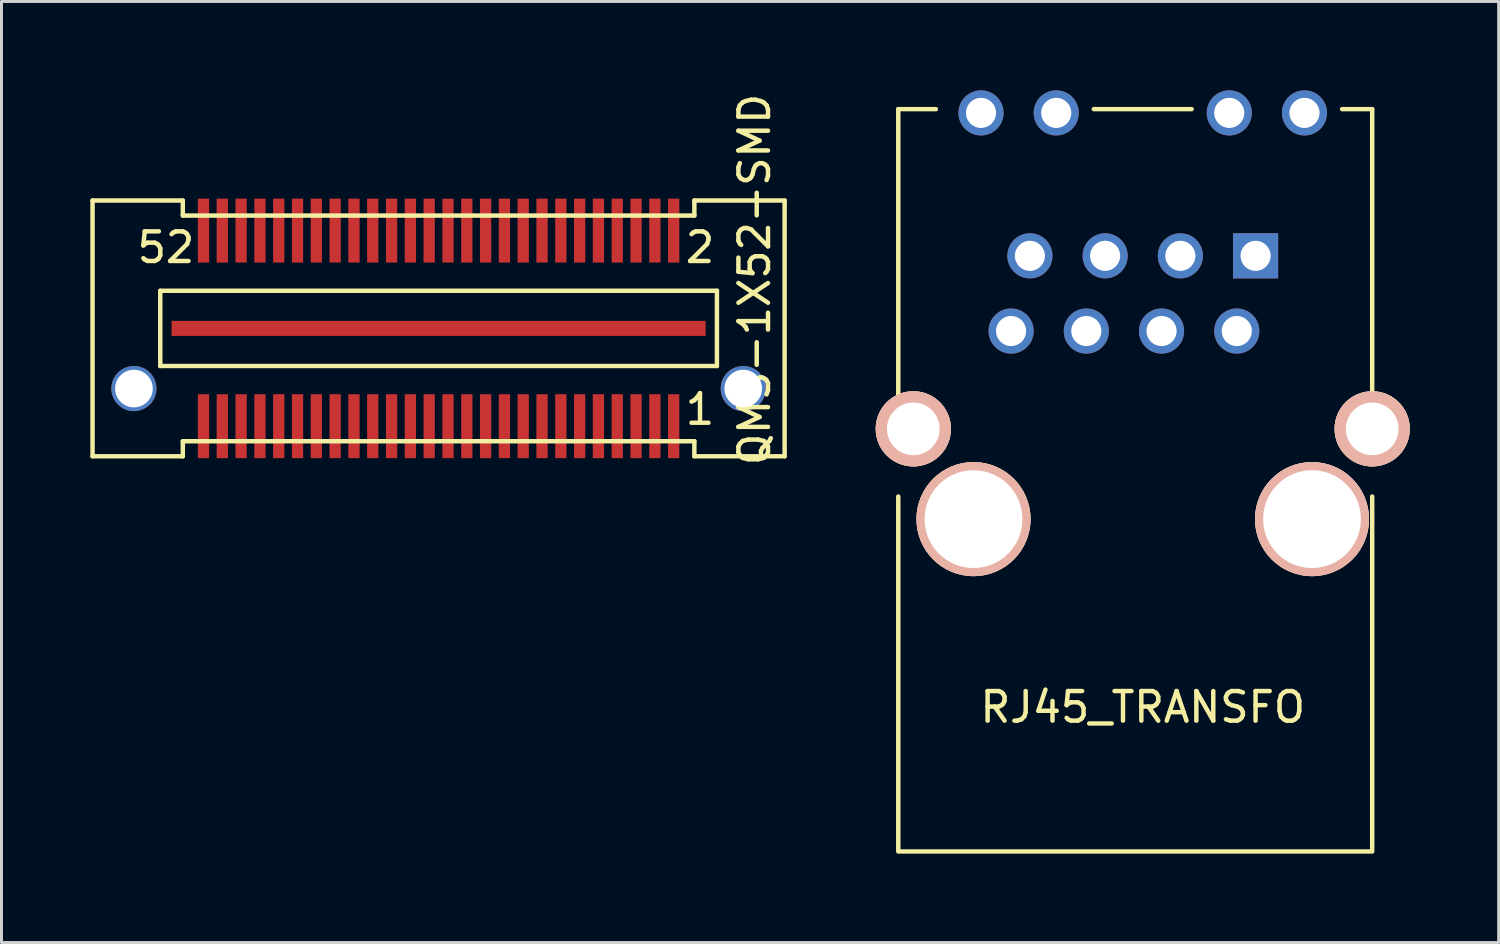
<source format=kicad_pcb>
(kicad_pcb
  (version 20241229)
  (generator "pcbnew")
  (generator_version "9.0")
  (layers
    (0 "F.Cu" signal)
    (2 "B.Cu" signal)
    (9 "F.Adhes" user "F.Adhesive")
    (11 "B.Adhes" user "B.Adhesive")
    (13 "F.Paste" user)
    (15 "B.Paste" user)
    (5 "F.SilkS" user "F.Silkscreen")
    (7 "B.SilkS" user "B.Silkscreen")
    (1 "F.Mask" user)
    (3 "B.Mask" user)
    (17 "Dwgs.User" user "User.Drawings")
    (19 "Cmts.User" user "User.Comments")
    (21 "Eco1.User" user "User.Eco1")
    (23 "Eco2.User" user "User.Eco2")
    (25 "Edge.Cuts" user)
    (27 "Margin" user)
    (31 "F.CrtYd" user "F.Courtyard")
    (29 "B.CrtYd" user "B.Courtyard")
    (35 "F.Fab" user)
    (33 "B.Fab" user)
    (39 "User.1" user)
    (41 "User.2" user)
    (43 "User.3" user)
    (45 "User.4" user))
  (footprint "QMS-1X52-SMD"
    (layer "F.Cu")
    (at 11.759 8.038)
    (property "Reference" "QMS-1X52-SMD" (at 10.668 -1.651 90) (layer "F.SilkS") (effects (font (size 1 1) (thickness 0.15))))
    (attr smd)
    (fp_line (start -11.684 4.318) (end -11.684 -4.318) (stroke (width 0.15) (type solid)) (layer "F.SilkS"))
    (fp_line (start -9.398 -1.27) (end 9.398 -1.27) (stroke (width 0.15) (type solid)) (layer "F.SilkS"))
    (fp_line (start -9.398 1.27) (end -9.398 -1.27) (stroke (width 0.15) (type solid)) (layer "F.SilkS"))
    (fp_line (start -8.636 -4.318) (end -11.684 -4.318) (stroke (width 0.15) (type solid)) (layer "F.SilkS"))
    (fp_line (start -8.636 -4.318) (end -8.636 -3.81) (stroke (width 0.15) (type solid)) (layer "F.SilkS"))
    (fp_line (start -8.636 -3.81) (end 8.636 -3.81) (stroke (width 0.15) (type solid)) (layer "F.SilkS"))
    (fp_line (start -8.636 3.81) (end -8.636 4.318) (stroke (width 0.15) (type solid)) (layer "F.SilkS"))
    (fp_line (start -8.636 4.318) (end -11.684 4.318) (stroke (width 0.15) (type solid)) (layer "F.SilkS"))
    (fp_line (start 8.636 -4.318) (end 11.684 -4.318) (stroke (width 0.15) (type solid)) (layer "F.SilkS"))
    (fp_line (start 8.636 -3.81) (end 8.636 -4.318) (stroke (width 0.15) (type solid)) (layer "F.SilkS"))
    (fp_line (start 8.636 3.81) (end -8.636 3.81) (stroke (width 0.15) (type solid)) (layer "F.SilkS"))
    (fp_line (start 8.636 4.318) (end 8.636 3.81) (stroke (width 0.15) (type solid)) (layer "F.SilkS"))
    (fp_line (start 9.398 -1.27) (end 9.398 1.27) (stroke (width 0.15) (type solid)) (layer "F.SilkS"))
    (fp_line (start 9.398 1.27) (end -9.398 1.27) (stroke (width 0.15) (type solid)) (layer "F.SilkS"))
    (fp_line (start 11.684 -4.318) (end 11.684 4.318) (stroke (width 0.15) (type solid)) (layer "F.SilkS"))
    (fp_line (start 11.684 4.318) (end 8.636 4.318) (stroke (width 0.15) (type solid)) (layer "F.SilkS"))
    (fp_text user "1" (at 8.826 2.731 0) (layer "F.SilkS") (effects (font (size 1 1) (thickness 0.15))))
    (fp_text user "52" (at -9.207 -2.731 0) (layer "F.SilkS") (effects (font (size 1 1) (thickness 0.15))))
    (fp_text user "2" (at 8.826 -2.731 0) (layer "F.SilkS") (effects (font (size 1 1) (thickness 0.15))))
    (pad "" thru_hole circle (at -10.287 2.032) (size 1.524 1.524) (drill 1.27) (layers "*.Cu" "*.Mask"))
    (pad "" thru_hole circle (at 10.287 2.032) (size 1.524 1.524) (drill 1.27) (layers "*.Cu" "*.Mask"))
    (pad "1" smd rect (at 7.938 3.302) (size 0.381 2.159) (layers "F.Cu" "F.Mask" "F.Paste"))
    (pad "2" smd rect (at 7.938 -3.302) (size 0.381 2.159) (layers "F.Cu" "F.Mask" "F.Paste"))
    (pad "3" smd rect (at 7.303 3.302) (size 0.381 2.159) (layers "F.Cu" "F.Mask" "F.Paste"))
    (pad "4" smd rect (at 7.303 -3.302) (size 0.381 2.159) (layers "F.Cu" "F.Mask" "F.Paste"))
    (pad "5" smd rect (at 6.668 3.302) (size 0.381 2.159) (layers "F.Cu" "F.Mask" "F.Paste"))
    (pad "6" smd rect (at 6.668 -3.302) (size 0.381 2.159) (layers "F.Cu" "F.Mask" "F.Paste"))
    (pad "7" smd rect (at 6.032 3.302) (size 0.381 2.159) (layers "F.Cu" "F.Mask" "F.Paste"))
    (pad "8" smd rect (at 6.032 -3.302) (size 0.381 2.159) (layers "F.Cu" "F.Mask" "F.Paste"))
    (pad "9" smd rect (at 5.397 3.302) (size 0.381 2.159) (layers "F.Cu" "F.Mask" "F.Paste"))
    (pad "10" smd rect (at 5.397 -3.302) (size 0.381 2.159) (layers "F.Cu" "F.Mask" "F.Paste"))
    (pad "11" smd rect (at 4.763 3.302) (size 0.381 2.159) (layers "F.Cu" "F.Mask" "F.Paste"))
    (pad "12" smd rect (at 4.763 -3.302) (size 0.381 2.159) (layers "F.Cu" "F.Mask" "F.Paste"))
    (pad "13" smd rect (at 4.128 3.302) (size 0.381 2.159) (layers "F.Cu" "F.Mask" "F.Paste"))
    (pad "14" smd rect (at 4.128 -3.302) (size 0.381 2.159) (layers "F.Cu" "F.Mask" "F.Paste"))
    (pad "15" smd rect (at 3.493 3.302) (size 0.381 2.159) (layers "F.Cu" "F.Mask" "F.Paste"))
    (pad "16" smd rect (at 3.493 -3.302) (size 0.381 2.159) (layers "F.Cu" "F.Mask" "F.Paste"))
    (pad "17" smd rect (at 2.857 3.302) (size 0.381 2.159) (layers "F.Cu" "F.Mask" "F.Paste"))
    (pad "18" smd rect (at 2.857 -3.302) (size 0.381 2.159) (layers "F.Cu" "F.Mask" "F.Paste"))
    (pad "19" smd rect (at 2.223 3.302) (size 0.381 2.159) (layers "F.Cu" "F.Mask" "F.Paste"))
    (pad "20" smd rect (at 2.223 -3.302) (size 0.381 2.159) (layers "F.Cu" "F.Mask" "F.Paste"))
    (pad "21" smd rect (at 1.587 3.302) (size 0.381 2.159) (layers "F.Cu" "F.Mask" "F.Paste"))
    (pad "22" smd rect (at 1.587 -3.302) (size 0.381 2.159) (layers "F.Cu" "F.Mask" "F.Paste"))
    (pad "23" smd rect (at 0.953 3.302) (size 0.381 2.159) (layers "F.Cu" "F.Mask" "F.Paste"))
    (pad "24" smd rect (at 0.953 -3.302) (size 0.381 2.159) (layers "F.Cu" "F.Mask" "F.Paste"))
    (pad "25" smd rect (at 0.318 3.302) (size 0.381 2.159) (layers "F.Cu" "F.Mask" "F.Paste"))
    (pad "26" smd rect (at 0.318 -3.302) (size 0.381 2.159) (layers "F.Cu" "F.Mask" "F.Paste"))
    (pad "27" smd rect (at -0.318 3.302) (size 0.381 2.159) (layers "F.Cu" "F.Mask" "F.Paste"))
    (pad "28" smd rect (at -0.318 -3.302) (size 0.381 2.159) (layers "F.Cu" "F.Mask" "F.Paste"))
    (pad "29" smd rect (at -0.953 3.302) (size 0.381 2.159) (layers "F.Cu" "F.Mask" "F.Paste"))
    (pad "30" smd rect (at -0.953 -3.302) (size 0.381 2.159) (layers "F.Cu" "F.Mask" "F.Paste"))
    (pad "31" smd rect (at -1.587 3.302) (size 0.381 2.159) (layers "F.Cu" "F.Mask" "F.Paste"))
    (pad "32" smd rect (at -1.587 -3.302) (size 0.381 2.159) (layers "F.Cu" "F.Mask" "F.Paste"))
    (pad "33" smd rect (at -2.223 3.302) (size 0.381 2.159) (layers "F.Cu" "F.Mask" "F.Paste"))
    (pad "34" smd rect (at -2.223 -3.302) (size 0.381 2.159) (layers "F.Cu" "F.Mask" "F.Paste"))
    (pad "35" smd rect (at -2.857 3.302) (size 0.381 2.159) (layers "F.Cu" "F.Mask" "F.Paste"))
    (pad "36" smd rect (at -2.857 -3.302) (size 0.381 2.159) (layers "F.Cu" "F.Mask" "F.Paste"))
    (pad "37" smd rect (at -3.493 3.302) (size 0.381 2.159) (layers "F.Cu" "F.Mask" "F.Paste"))
    (pad "38" smd rect (at -3.493 -3.302) (size 0.381 2.159) (layers "F.Cu" "F.Mask" "F.Paste"))
    (pad "39" smd rect (at -4.128 3.302) (size 0.381 2.159) (layers "F.Cu" "F.Mask" "F.Paste"))
    (pad "40" smd rect (at -4.128 -3.302) (size 0.381 2.159) (layers "F.Cu" "F.Mask" "F.Paste"))
    (pad "41" smd rect (at -4.763 3.302) (size 0.381 2.159) (layers "F.Cu" "F.Mask" "F.Paste"))
    (pad "42" smd rect (at -4.763 -3.302) (size 0.381 2.159) (layers "F.Cu" "F.Mask" "F.Paste"))
    (pad "43" smd rect (at -5.397 3.302) (size 0.381 2.159) (layers "F.Cu" "F.Mask" "F.Paste"))
    (pad "44" smd rect (at -5.397 -3.302) (size 0.381 2.159) (layers "F.Cu" "F.Mask" "F.Paste"))
    (pad "45" smd rect (at -6.032 3.302) (size 0.381 2.159) (layers "F.Cu" "F.Mask" "F.Paste"))
    (pad "46" smd rect (at -6.032 -3.302) (size 0.381 2.159) (layers "F.Cu" "F.Mask" "F.Paste"))
    (pad "47" smd rect (at -6.668 3.302) (size 0.381 2.159) (layers "F.Cu" "F.Mask" "F.Paste"))
    (pad "48" smd rect (at -6.668 -3.302) (size 0.381 2.159) (layers "F.Cu" "F.Mask" "F.Paste"))
    (pad "49" smd rect (at -7.303 3.302) (size 0.381 2.159) (layers "F.Cu" "F.Mask" "F.Paste"))
    (pad "50" smd rect (at -7.303 -3.302) (size 0.381 2.159) (layers "F.Cu" "F.Mask" "F.Paste"))
    (pad "51" smd rect (at -7.938 3.302) (size 0.381 2.159) (layers "F.Cu" "F.Mask" "F.Paste"))
    (pad "52" smd rect (at -7.938 -3.302) (size 0.381 2.159) (layers "F.Cu" "F.Mask" "F.Paste"))
    (pad "53" smd rect (at 0 0) (size 18.034 0.508) (layers "F.Cu" "F.Mask" "F.Paste")))
  (footprint "RJ45_TRANSFO"
    (layer "F.Cu")
    (at 39.345 5.588)
    (property "Reference" "RJ45_TRANSFO" (at -3.81 15.24 0) (layer "F.SilkS") (effects (font (size 1 1) (thickness 0.15))))
    (attr through_hole)
    (fp_line (start -12.065 -4.953) (end -10.795 -4.953) (stroke (width 0.15) (type solid)) (layer "F.SilkS"))
    (fp_line (start -12.065 4.953) (end -12.065 -4.953) (stroke (width 0.15) (type solid)) (layer "F.SilkS"))
    (fp_line (start -12.065 20.066) (end -12.065 8.128) (stroke (width 0.15) (type solid)) (layer "F.SilkS"))
    (fp_line (start -12.065 20.112) (end 3.937 20.112) (stroke (width 0.15) (type solid)) (layer "F.SilkS"))
    (fp_line (start -5.461 -4.953) (end -2.159 -4.953) (stroke (width 0.15) (type solid)) (layer "F.SilkS"))
    (fp_line (start 3.937 -4.953) (end 2.921 -4.953) (stroke (width 0.15) (type solid)) (layer "F.SilkS"))
    (fp_line (start 3.937 4.953) (end 3.937 -4.953) (stroke (width 0.15) (type solid)) (layer "F.SilkS"))
    (fp_line (start 3.937 20.066) (end 3.937 8.128) (stroke (width 0.15) (type solid)) (layer "F.SilkS"))
    (pad "1" thru_hole rect (at 0 0) (size 1.524 1.524) (drill 1.016) (layers "*.Cu" "*.Mask"))
    (pad "2" thru_hole circle (at -0.635 2.54) (size 1.524 1.524) (drill 1.016) (layers "*.Cu" "*.Mask"))
    (pad "3" thru_hole circle (at -2.54 0) (size 1.524 1.524) (drill 1.016) (layers "*.Cu" "*.Mask"))
    (pad "4" thru_hole circle (at -3.175 2.54) (size 1.524 1.524) (drill 1.016) (layers "*.Cu" "*.Mask"))
    (pad "5" thru_hole circle (at -5.08 0) (size 1.524 1.524) (drill 1.016) (layers "*.Cu" "*.Mask"))
    (pad "6" thru_hole circle (at -5.715 2.54) (size 1.524 1.524) (drill 1.016) (layers "*.Cu" "*.Mask"))
    (pad "7" thru_hole circle (at -7.62 0) (size 1.524 1.524) (drill 1.016) (layers "*.Cu" "*.Mask"))
    (pad "8" thru_hole circle (at -8.255 2.54) (size 1.524 1.524) (drill 1.016) (layers "*.Cu" "*.Mask"))
    (pad "13" thru_hole circle (at -11.557 5.842) (size 2.54 2.54) (drill 1.778) (layers "*.Cu" "*.SilkS" "*.Mask"))
    (pad "13" thru_hole circle (at 3.937 5.842) (size 2.54 2.54) (drill 1.778) (layers "*.Cu" "*.SilkS" "*.Mask"))
    (pad "GA" thru_hole circle (at -0.889 -4.826) (size 1.524 1.524) (drill 1.016) (layers "*.Cu" "*.Mask"))
    (pad "GK" thru_hole circle (at 1.651 -4.826) (size 1.524 1.524) (drill 1.016) (layers "*.Cu" "*.Mask"))
    (pad "Hole" thru_hole circle (at -9.525 8.89) (size 3.851 3.851) (drill 3.302) (layers "*.Cu" "*.SilkS" "*.Mask"))
    (pad "Hole" thru_hole circle (at 1.905 8.89) (size 3.851 3.851) (drill 3.302) (layers "*.Cu" "*.SilkS" "*.Mask"))
    (pad "YA" thru_hole circle (at -9.271 -4.826) (size 1.524 1.524) (drill 1.016) (layers "*.Cu" "*.Mask"))
    (pad "YK" thru_hole circle (at -6.731 -4.826) (size 1.524 1.524) (drill 1.016) (layers "*.Cu" "*.Mask")))
  (gr_rect
    (start -3 -3)
    (end 47.552 28.775)
    (stroke (width 0.1) (type default))
    (fill no)
    (layer "Edge.Cuts")))
</source>
